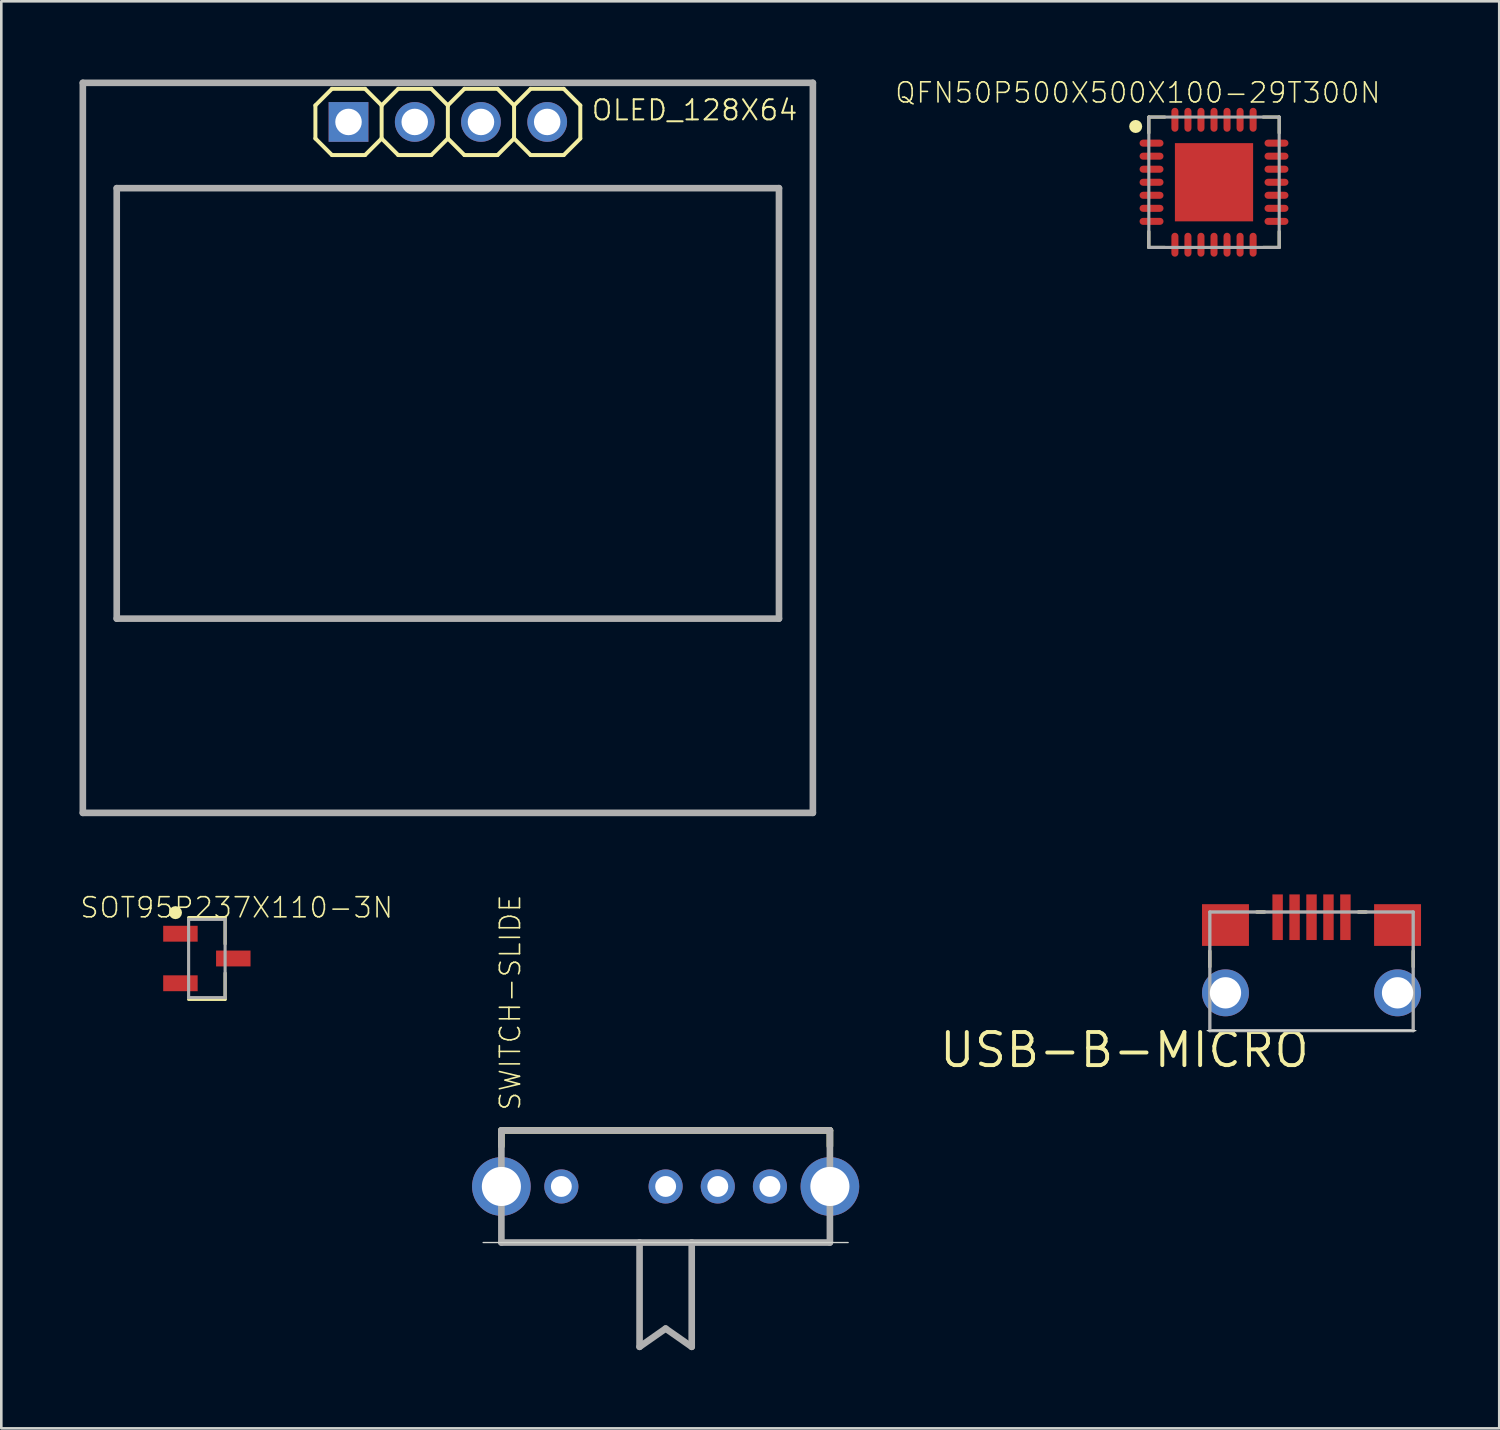
<source format=kicad_pcb>
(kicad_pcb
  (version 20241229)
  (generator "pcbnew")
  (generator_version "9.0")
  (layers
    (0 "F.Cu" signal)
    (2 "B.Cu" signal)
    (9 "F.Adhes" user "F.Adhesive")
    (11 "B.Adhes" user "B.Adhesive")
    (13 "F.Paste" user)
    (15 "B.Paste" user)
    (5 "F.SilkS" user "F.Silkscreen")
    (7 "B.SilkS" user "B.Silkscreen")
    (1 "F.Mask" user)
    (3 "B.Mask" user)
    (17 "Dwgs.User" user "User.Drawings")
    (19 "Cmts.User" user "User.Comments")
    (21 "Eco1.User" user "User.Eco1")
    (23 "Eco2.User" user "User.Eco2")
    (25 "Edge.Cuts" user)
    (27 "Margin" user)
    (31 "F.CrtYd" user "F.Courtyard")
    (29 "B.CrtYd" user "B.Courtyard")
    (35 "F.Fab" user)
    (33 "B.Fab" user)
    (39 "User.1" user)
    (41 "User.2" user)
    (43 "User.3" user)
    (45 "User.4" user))
  (footprint "QFN50P500X500X100-29T300N"
    (layer "F.Cu")
    (at 43.512 3.94)
    (property "Reference" "QFN50P500X500X100-29T300N" (at -2.921 -2.983 0) (layer "F.SilkS") (effects (font (size 0.772 0.772) (thickness 0.062)) (justify bottom)))
    (attr through_hole)
    (fp_line (start -2.5 -2.5) (end -1.889 -2.5) (stroke (width 0.12) (type solid)) (layer "F.SilkS"))
    (fp_line (start -2.5 -1.889) (end -2.5 -2.5) (stroke (width 0.12) (type solid)) (layer "F.SilkS"))
    (fp_line (start -2.5 1.889) (end -2.5 2.5) (stroke (width 0.12) (type solid)) (layer "F.SilkS"))
    (fp_line (start -2.5 2.5) (end -1.889 2.5) (stroke (width 0.12) (type solid)) (layer "F.SilkS"))
    (fp_line (start 2.5 -2.5) (end 1.889 -2.5) (stroke (width 0.12) (type solid)) (layer "F.SilkS"))
    (fp_line (start 2.5 -1.889) (end 2.5 -2.5) (stroke (width 0.12) (type solid)) (layer "F.SilkS"))
    (fp_line (start 2.5 1.889) (end 2.5 2.5) (stroke (width 0.12) (type solid)) (layer "F.SilkS"))
    (fp_line (start 2.5 2.5) (end 1.889 2.5) (stroke (width 0.12) (type solid)) (layer "F.SilkS"))
    (fp_circle (center -3.004 -2.139) (end -2.879 -2.139) (stroke (width 0.25) (type solid)) (fill no) (layer "F.SilkS"))
    (fp_line (start -2.5 -2.5) (end 2.5 -2.5) (stroke (width 0.12) (type solid)) (layer "F.Fab"))
    (fp_line (start -2.5 2.5) (end -2.5 -2.5) (stroke (width 0.12) (type solid)) (layer "F.Fab"))
    (fp_line (start 2.5 -2.5) (end 2.5 2.5) (stroke (width 0.12) (type solid)) (layer "F.Fab"))
    (fp_line (start 2.5 2.5) (end -2.5 2.5) (stroke (width 0.12) (type solid)) (layer "F.Fab"))
    (pad "1" smd roundrect (at -2.396 -1.5) (size 0.919 0.27) (layers "F.Cu" "F.Mask" "F.Paste") (roundrect_rratio 0.5))
    (pad "2" smd roundrect (at -2.396 -1) (size 0.919 0.27) (layers "F.Cu" "F.Mask" "F.Paste") (roundrect_rratio 0.5))
    (pad "3" smd roundrect (at -2.396 -0.5) (size 0.919 0.27) (layers "F.Cu" "F.Mask" "F.Paste") (roundrect_rratio 0.5))
    (pad "4" smd roundrect (at -2.396 0) (size 0.919 0.27) (layers "F.Cu" "F.Mask" "F.Paste") (roundrect_rratio 0.5))
    (pad "5" smd roundrect (at -2.396 0.5) (size 0.919 0.27) (layers "F.Cu" "F.Mask" "F.Paste") (roundrect_rratio 0.5))
    (pad "6" smd roundrect (at -2.396 1) (size 0.919 0.27) (layers "F.Cu" "F.Mask" "F.Paste") (roundrect_rratio 0.5))
    (pad "7" smd roundrect (at -2.396 1.5) (size 0.919 0.27) (layers "F.Cu" "F.Mask" "F.Paste") (roundrect_rratio 0.5))
    (pad "8" smd roundrect (at -1.5 2.396 90) (size 0.919 0.27) (layers "F.Cu" "F.Mask" "F.Paste") (roundrect_rratio 0.5))
    (pad "9" smd roundrect (at -1 2.396 90) (size 0.919 0.27) (layers "F.Cu" "F.Mask" "F.Paste") (roundrect_rratio 0.5))
    (pad "10" smd roundrect (at -0.5 2.396 90) (size 0.919 0.27) (layers "F.Cu" "F.Mask" "F.Paste") (roundrect_rratio 0.5))
    (pad "11" smd roundrect (at 0 2.396 90) (size 0.919 0.27) (layers "F.Cu" "F.Mask" "F.Paste") (roundrect_rratio 0.5))
    (pad "12" smd roundrect (at 0.5 2.396 90) (size 0.919 0.27) (layers "F.Cu" "F.Mask" "F.Paste") (roundrect_rratio 0.5))
    (pad "13" smd roundrect (at 1 2.396 90) (size 0.919 0.27) (layers "F.Cu" "F.Mask" "F.Paste") (roundrect_rratio 0.5))
    (pad "14" smd roundrect (at 1.5 2.396 90) (size 0.919 0.27) (layers "F.Cu" "F.Mask" "F.Paste") (roundrect_rratio 0.5))
    (pad "15" smd roundrect (at 2.396 1.5) (size 0.919 0.27) (layers "F.Cu" "F.Mask" "F.Paste") (roundrect_rratio 0.5))
    (pad "16" smd roundrect (at 2.396 1) (size 0.919 0.27) (layers "F.Cu" "F.Mask" "F.Paste") (roundrect_rratio 0.5))
    (pad "17" smd roundrect (at 2.396 0.5) (size 0.919 0.27) (layers "F.Cu" "F.Mask" "F.Paste") (roundrect_rratio 0.5))
    (pad "18" smd roundrect (at 2.396 0) (size 0.919 0.27) (layers "F.Cu" "F.Mask" "F.Paste") (roundrect_rratio 0.5))
    (pad "19" smd roundrect (at 2.396 -0.5) (size 0.919 0.27) (layers "F.Cu" "F.Mask" "F.Paste") (roundrect_rratio 0.5))
    (pad "20" smd roundrect (at 2.396 -1) (size 0.919 0.27) (layers "F.Cu" "F.Mask" "F.Paste") (roundrect_rratio 0.5))
    (pad "21" smd roundrect (at 2.396 -1.5) (size 0.919 0.27) (layers "F.Cu" "F.Mask" "F.Paste") (roundrect_rratio 0.5))
    (pad "22" smd roundrect (at 1.5 -2.396 90) (size 0.919 0.27) (layers "F.Cu" "F.Mask" "F.Paste") (roundrect_rratio 0.5))
    (pad "23" smd roundrect (at 1 -2.396 90) (size 0.919 0.27) (layers "F.Cu" "F.Mask" "F.Paste") (roundrect_rratio 0.5))
    (pad "24" smd roundrect (at 0.5 -2.396 90) (size 0.919 0.27) (layers "F.Cu" "F.Mask" "F.Paste") (roundrect_rratio 0.5))
    (pad "25" smd roundrect (at 0 -2.396 90) (size 0.919 0.27) (layers "F.Cu" "F.Mask" "F.Paste") (roundrect_rratio 0.5))
    (pad "26" smd roundrect (at -0.5 -2.396 90) (size 0.919 0.27) (layers "F.Cu" "F.Mask" "F.Paste") (roundrect_rratio 0.5))
    (pad "27" smd roundrect (at -1 -2.396 90) (size 0.919 0.27) (layers "F.Cu" "F.Mask" "F.Paste") (roundrect_rratio 0.5))
    (pad "28" smd roundrect (at -1.5 -2.396 90) (size 0.919 0.27) (layers "F.Cu" "F.Mask" "F.Paste") (roundrect_rratio 0.5))
    (pad "29" smd rect (at 0 0) (size 3 3) (layers "F.Cu" "F.Mask" "F.Paste")))
  (footprint "SWITCH-SLIDE"
    (layer "F.Cu")
    (at 22.48 44.606)
    (property "Reference" "SWITCH-SLIDE" (at -5.508 -5.011 90) (layer "F.SilkS") (effects (font (size 0.772 0.772) (thickness 0.062)) (justify left bottom)))
    (attr through_hole)
    (fp_line (start -6.3 -4.3) (end 6.3 -4.3) (stroke (width 0.254) (type solid)) (layer "F.SilkS"))
    (fp_line (start -6.3 -3.7) (end -6.3 -4.3) (stroke (width 0.254) (type solid)) (layer "F.SilkS"))
    (fp_line (start 6.3 -4.3) (end 6.3 -3.7) (stroke (width 0.254) (type solid)) (layer "F.SilkS"))
    (fp_line (start -7 0) (end 7 0) (stroke (width 0.05) (type solid)) (layer "Edge.Cuts"))
    (fp_line (start -6.3 -4.3) (end 6.3 -4.3) (stroke (width 0.254) (type solid)) (layer "F.Fab"))
    (fp_line (start -6.3 0) (end -6.3 -4.3) (stroke (width 0.254) (type solid)) (layer "F.Fab"))
    (fp_line (start -1 0) (end -6.3 0) (stroke (width 0.254) (type solid)) (layer "F.Fab"))
    (fp_line (start -1 0) (end -1 4) (stroke (width 0.254) (type solid)) (layer "F.Fab"))
    (fp_line (start -1 4) (end 0 3.3) (stroke (width 0.254) (type solid)) (layer "F.Fab"))
    (fp_line (start 0 3.3) (end 1 4) (stroke (width 0.254) (type solid)) (layer "F.Fab"))
    (fp_line (start 1 0) (end -1 0) (stroke (width 0.254) (type solid)) (layer "F.Fab"))
    (fp_line (start 1 4) (end 1 0) (stroke (width 0.254) (type solid)) (layer "F.Fab"))
    (fp_line (start 6.3 -4.3) (end 6.3 0) (stroke (width 0.254) (type solid)) (layer "F.Fab"))
    (fp_line (start 6.3 0) (end 1 0) (stroke (width 0.254) (type solid)) (layer "F.Fab"))
    (pad "1" thru_hole circle (at -4 -2.15) (size 1.308 1.308) (drill 0.8) (layers "*.Cu" "*.Mask"))
    (pad "2" thru_hole circle (at 0 -2.15) (size 1.308 1.308) (drill 0.8) (layers "*.Cu" "*.Mask"))
    (pad "3" thru_hole circle (at 2 -2.15) (size 1.308 1.308) (drill 0.8) (layers "*.Cu" "*.Mask"))
    (pad "4" thru_hole circle (at 4 -2.15) (size 1.308 1.308) (drill 0.8) (layers "*.Cu" "*.Mask"))
    (pad "5" thru_hole circle (at -6.3 -2.15) (size 2.25 2.25) (drill 1.5) (layers "*.Cu" "*.Mask"))
    (pad "6" thru_hole circle (at 6.3 -2.15) (size 2.25 2.25) (drill 1.5) (layers "*.Cu" "*.Mask")))
  (footprint "SOT95P237X110-3N"
    (layer "F.Cu")
    (at 4.884 33.712)
    (property "Reference" "SOT95P237X110-3N" (at 1.143 -1.501 0) (layer "F.SilkS") (effects (font (size 0.772 0.772) (thickness 0.062)) (justify bottom)))
    (attr through_hole)
    (fp_line (start -0.7 -1.569) (end 0.7 -1.569) (stroke (width 0.12) (type solid)) (layer "F.SilkS"))
    (fp_line (start -0.7 1.569) (end 0.7 1.569) (stroke (width 0.12) (type solid)) (layer "F.SilkS"))
    (fp_line (start 0.7 -1.569) (end 0.7 -0.559) (stroke (width 0.12) (type solid)) (layer "F.SilkS"))
    (fp_line (start 0.7 1.569) (end 0.7 0.559) (stroke (width 0.12) (type solid)) (layer "F.SilkS"))
    (fp_circle (center -1.204 -1.759) (end -1.079 -1.759) (stroke (width 0.25) (type solid)) (fill no) (layer "F.SilkS"))
    (fp_line (start -0.7 -1.5) (end 0.7 -1.5) (stroke (width 0.12) (type solid)) (layer "F.Fab"))
    (fp_line (start -0.7 1.5) (end -0.7 -1.5) (stroke (width 0.12) (type solid)) (layer "F.Fab"))
    (fp_line (start 0.7 -1.5) (end 0.7 1.5) (stroke (width 0.12) (type solid)) (layer "F.Fab"))
    (fp_line (start 0.7 1.5) (end -0.7 1.5) (stroke (width 0.12) (type solid)) (layer "F.Fab"))
    (pad "1" smd rect (at -1.014 -0.95) (size 1.322 0.609) (layers "F.Cu" "F.Mask" "F.Paste"))
    (pad "2" smd rect (at -1.014 0.95) (size 1.322 0.609) (layers "F.Cu" "F.Mask" "F.Paste"))
    (pad "3" smd rect (at 1.014 0) (size 1.322 0.609) (layers "F.Cu" "F.Mask" "F.Paste")))
  (footprint "OLED_128X64"
    (layer "F.Cu")
    (at 14.127 1.627)
    (property "Reference" "OLED_128X64" (at 5.461 0 0) (layer "F.SilkS") (effects (font (size 0.772 0.772) (thickness 0.077)) (justify left bottom)))
    (attr through_hole)
    (fp_line (start -5.08 -0.635) (end -5.08 0.635) (stroke (width 0.152) (type solid)) (layer "F.SilkS"))
    (fp_line (start -5.08 0.635) (end -4.445 1.27) (stroke (width 0.152) (type solid)) (layer "F.SilkS"))
    (fp_line (start -4.445 -1.27) (end -5.08 -0.635) (stroke (width 0.152) (type solid)) (layer "F.SilkS"))
    (fp_line (start -4.445 -1.27) (end -3.175 -1.27) (stroke (width 0.152) (type solid)) (layer "F.SilkS"))
    (fp_line (start -3.175 -1.27) (end -2.54 -0.635) (stroke (width 0.152) (type solid)) (layer "F.SilkS"))
    (fp_line (start -3.175 1.27) (end -4.445 1.27) (stroke (width 0.152) (type solid)) (layer "F.SilkS"))
    (fp_line (start -2.54 -0.635) (end -2.54 0.635) (stroke (width 0.152) (type solid)) (layer "F.SilkS"))
    (fp_line (start -2.54 -0.635) (end -1.905 -1.27) (stroke (width 0.152) (type solid)) (layer "F.SilkS"))
    (fp_line (start -2.54 0.635) (end -3.175 1.27) (stroke (width 0.152) (type solid)) (layer "F.SilkS"))
    (fp_line (start -1.905 -1.27) (end -0.635 -1.27) (stroke (width 0.152) (type solid)) (layer "F.SilkS"))
    (fp_line (start -1.905 1.27) (end -2.54 0.635) (stroke (width 0.152) (type solid)) (layer "F.SilkS"))
    (fp_line (start -0.635 -1.27) (end 0 -0.635) (stroke (width 0.152) (type solid)) (layer "F.SilkS"))
    (fp_line (start -0.635 1.27) (end -1.905 1.27) (stroke (width 0.152) (type solid)) (layer "F.SilkS"))
    (fp_line (start 0 -0.635) (end 0 0.635) (stroke (width 0.152) (type solid)) (layer "F.SilkS"))
    (fp_line (start 0 -0.635) (end 0.635 -1.27) (stroke (width 0.152) (type solid)) (layer "F.SilkS"))
    (fp_line (start 0 0.635) (end -0.635 1.27) (stroke (width 0.152) (type solid)) (layer "F.SilkS"))
    (fp_line (start 0.635 -1.27) (end 1.905 -1.27) (stroke (width 0.152) (type solid)) (layer "F.SilkS"))
    (fp_line (start 0.635 1.27) (end 0 0.635) (stroke (width 0.152) (type solid)) (layer "F.SilkS"))
    (fp_line (start 1.905 -1.27) (end 2.54 -0.635) (stroke (width 0.152) (type solid)) (layer "F.SilkS"))
    (fp_line (start 1.905 1.27) (end 0.635 1.27) (stroke (width 0.152) (type solid)) (layer "F.SilkS"))
    (fp_line (start 2.54 -0.635) (end 2.54 0.635) (stroke (width 0.152) (type solid)) (layer "F.SilkS"))
    (fp_line (start 2.54 0.635) (end 1.905 1.27) (stroke (width 0.152) (type solid)) (layer "F.SilkS"))
    (fp_line (start 2.54 0.635) (end 3.175 1.27) (stroke (width 0.152) (type solid)) (layer "F.SilkS"))
    (fp_line (start 3.175 -1.27) (end 2.54 -0.635) (stroke (width 0.152) (type solid)) (layer "F.SilkS"))
    (fp_line (start 3.175 -1.27) (end 4.445 -1.27) (stroke (width 0.152) (type solid)) (layer "F.SilkS"))
    (fp_line (start 4.445 -1.27) (end 5.08 -0.635) (stroke (width 0.152) (type solid)) (layer "F.SilkS"))
    (fp_line (start 4.445 1.27) (end 3.175 1.27) (stroke (width 0.152) (type solid)) (layer "F.SilkS"))
    (fp_line (start 5.08 -0.635) (end 5.08 0.635) (stroke (width 0.152) (type solid)) (layer "F.SilkS"))
    (fp_line (start 5.08 0.635) (end 4.445 1.27) (stroke (width 0.152) (type solid)) (layer "F.SilkS"))
    (fp_line (start -14 -1.5) (end 14 -1.5) (stroke (width 0.254) (type solid)) (layer "F.Fab"))
    (fp_line (start -14 26.5) (end -14 -1.5) (stroke (width 0.254) (type solid)) (layer "F.Fab"))
    (fp_line (start -12.7 2.54) (end 12.7 2.54) (stroke (width 0.254) (type solid)) (layer "F.Fab"))
    (fp_line (start -12.7 19.05) (end -12.7 2.54) (stroke (width 0.254) (type solid)) (layer "F.Fab"))
    (fp_line (start 12.7 2.54) (end 12.7 19.05) (stroke (width 0.254) (type solid)) (layer "F.Fab"))
    (fp_line (start 12.7 19.05) (end -12.7 19.05) (stroke (width 0.254) (type solid)) (layer "F.Fab"))
    (fp_line (start 14 -1.5) (end 14 26.5) (stroke (width 0.254) (type solid)) (layer "F.Fab"))
    (fp_line (start 14 26.5) (end -14 26.5) (stroke (width 0.254) (type solid)) (layer "F.Fab"))
    (fp_poly (pts (xy -4.064 0.254) (xy -3.556 0.254) (xy -3.556 -0.254) (xy -4.064 -0.254)) (stroke (width 0.1) (type solid)) (fill no) (layer "F.Fab"))
    (fp_poly (pts (xy -1.524 0.254) (xy -1.016 0.254) (xy -1.016 -0.254) (xy -1.524 -0.254)) (stroke (width 0.1) (type solid)) (fill no) (layer "F.Fab"))
    (fp_poly (pts (xy 1.016 0.254) (xy 1.524 0.254) (xy 1.524 -0.254) (xy 1.016 -0.254)) (stroke (width 0.1) (type solid)) (fill no) (layer "F.Fab"))
    (fp_poly (pts (xy 3.556 0.254) (xy 4.064 0.254) (xy 4.064 -0.254) (xy 3.556 -0.254)) (stroke (width 0.1) (type solid)) (fill no) (layer "F.Fab"))
    (pad "1" thru_hole rect (at -3.81 0 90) (size 1.524 1.524) (drill 1.016) (layers "*.Cu" "*.Mask"))
    (pad "2" thru_hole circle (at -1.27 0 90) (size 1.524 1.524) (drill 1.016) (layers "*.Cu" "*.Mask"))
    (pad "3" thru_hole circle (at 1.27 0 90) (size 1.524 1.524) (drill 1.016) (layers "*.Cu" "*.Mask"))
    (pad "4" thru_hole circle (at 3.81 0 90) (size 1.524 1.524) (drill 1.016) (layers "*.Cu" "*.Mask")))
  (footprint "USB-B-MICRO"
    (layer "F.Cu")
    (at 47.252 36.479)
    (property "Reference" "USB-B-MICRO" (at 0 0 0) (layer "F.SilkS") (effects (font (size 1.27 1.27) (thickness 0.15)) (justify right top)))
    (attr through_hole)
    (fp_line (start -3.9 -3.05) (end -3.9 -2.45) (stroke (width 0.127) (type solid)) (layer "F.SilkS"))
    (fp_line (start -2.1 -4.55) (end -1.8 -4.55) (stroke (width 0.127) (type solid)) (layer "F.SilkS"))
    (fp_line (start 1.8 -4.55) (end 2.1 -4.55) (stroke (width 0.127) (type solid)) (layer "F.SilkS"))
    (fp_line (start 3.9 -3.05) (end 3.9 -2.45) (stroke (width 0.127) (type solid)) (layer "F.SilkS"))
    (fp_line (start -4 0) (end 4 0) (stroke (width 0.05) (type solid)) (layer "Edge.Cuts"))
    (fp_line (start -3.9 -4.55) (end 3.9 -4.55) (stroke (width 0.127) (type solid)) (layer "F.Fab"))
    (fp_line (start -3.9 0) (end -3.9 -4.55) (stroke (width 0.127) (type solid)) (layer "F.Fab"))
    (fp_line (start 3.9 -4.55) (end 3.9 0) (stroke (width 0.127) (type solid)) (layer "F.Fab"))
    (fp_line (start 3.9 0) (end -3.9 0) (stroke (width 0.127) (type solid)) (layer "F.Fab"))
    (pad "1" smd rect (at -1.3 -4.35 90) (size 1.75 0.4) (layers "F.Cu" "F.Mask" "F.Paste"))
    (pad "2" smd rect (at -0.65 -4.35 90) (size 1.75 0.4) (layers "F.Cu" "F.Mask" "F.Paste"))
    (pad "3" smd rect (at 0 -4.35 90) (size 1.75 0.4) (layers "F.Cu" "F.Mask" "F.Paste"))
    (pad "4" smd rect (at 0.65 -4.35 90) (size 1.75 0.4) (layers "F.Cu" "F.Mask" "F.Paste"))
    (pad "5" smd rect (at 1.3 -4.35 90) (size 1.75 0.4) (layers "F.Cu" "F.Mask" "F.Paste"))
    (pad "6" smd rect (at -3.3 -4.05 90) (size 1.6 1.8) (layers "F.Cu" "F.Mask" "F.Paste"))
    (pad "7" thru_hole circle (at -3.3 -1.45) (size 1.8 1.8) (drill 1.2) (layers "*.Cu" "*.Mask"))
    (pad "8" smd rect (at 3.3 -4.05 90) (size 1.6 1.8) (layers "F.Cu" "F.Mask" "F.Paste"))
    (pad "9" thru_hole circle (at 3.3 -1.45) (size 1.8 1.8) (drill 1.2) (layers "*.Cu" "*.Mask")))
  (gr_rect
    (start -3 -3)
    (end 54.452 51.733)
    (stroke (width 0.1) (type default))
    (fill no)
    (layer "Edge.Cuts")))
</source>
